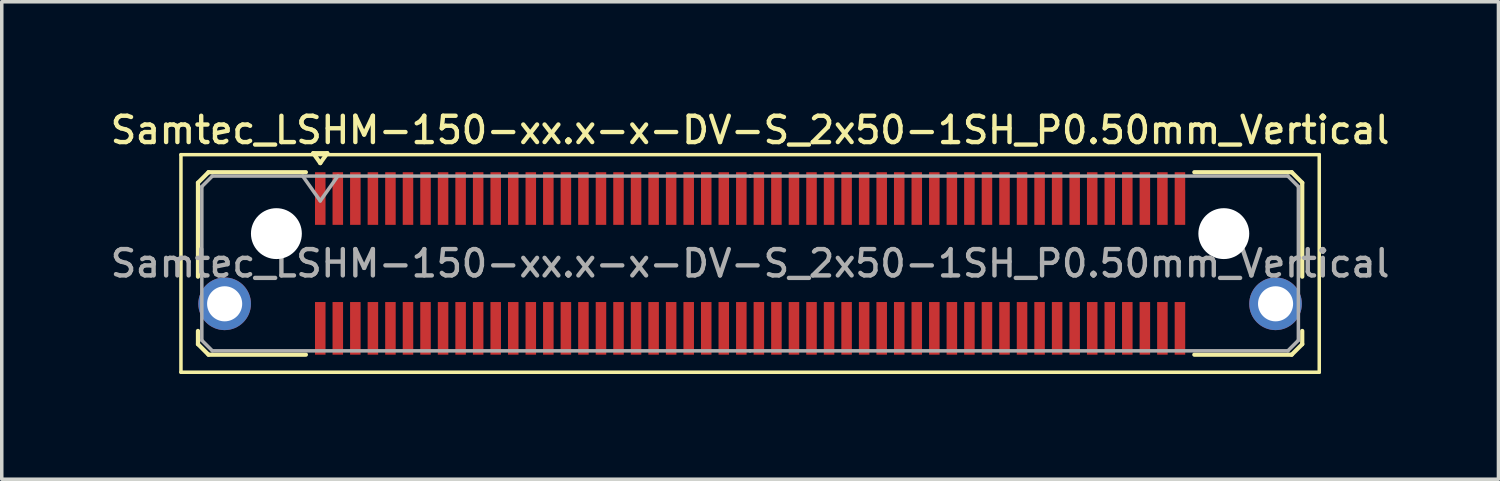
<source format=kicad_pcb>
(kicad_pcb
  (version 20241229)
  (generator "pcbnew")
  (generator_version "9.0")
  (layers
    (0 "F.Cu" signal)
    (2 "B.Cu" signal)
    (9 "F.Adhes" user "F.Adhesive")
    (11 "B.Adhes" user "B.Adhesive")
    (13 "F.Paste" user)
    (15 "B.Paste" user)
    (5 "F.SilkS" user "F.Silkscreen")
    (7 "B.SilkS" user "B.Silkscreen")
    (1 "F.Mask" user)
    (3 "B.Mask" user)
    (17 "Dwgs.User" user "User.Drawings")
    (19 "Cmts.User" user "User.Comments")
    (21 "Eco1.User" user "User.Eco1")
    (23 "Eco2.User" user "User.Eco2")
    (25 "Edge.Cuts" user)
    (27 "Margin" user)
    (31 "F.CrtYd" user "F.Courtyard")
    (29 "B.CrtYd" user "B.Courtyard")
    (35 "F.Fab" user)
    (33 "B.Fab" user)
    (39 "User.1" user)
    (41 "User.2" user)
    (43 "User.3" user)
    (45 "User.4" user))
  (footprint "Samtec_LSHM-150-xx.x-x-DV-S_2x50-1SH_P0.50mm_Vertical"
    (layer "F.Cu")
    (at 18.327 4.458)
    (property "Reference" "Samtec_LSHM-150-xx.x-x-DV-S_2x50-1SH_P0.50mm_Vertical" (at 0 -3.8 0) (layer "F.SilkS") (effects (font (size 0.75 0.75) (thickness 0.125))))
    (attr smd)
    (fp_line (start -16.22 -3.1) (end -16.22 3.1) (stroke (width 0.1) (type solid)) (layer "F.SilkS"))
    (fp_line (start -16.22 3.1) (end 16.22 3.1) (stroke (width 0.1) (type solid)) (layer "F.SilkS"))
    (fp_line (start -15.735 -2.3) (end -15.735 0.377) (stroke (width 0.12) (type solid)) (layer "F.SilkS"))
    (fp_line (start -15.735 1.923) (end -15.735 2.3) (stroke (width 0.12) (type solid)) (layer "F.SilkS"))
    (fp_line (start -15.735 2.3) (end -15.435 2.6) (stroke (width 0.12) (type solid)) (layer "F.SilkS"))
    (fp_line (start -15.435 -2.6) (end -15.735 -2.3) (stroke (width 0.12) (type solid)) (layer "F.SilkS"))
    (fp_line (start -15.435 2.6) (end -12.66 2.6) (stroke (width 0.12) (type solid)) (layer "F.SilkS"))
    (fp_line (start -12.66 -2.6) (end -15.435 -2.6) (stroke (width 0.12) (type solid)) (layer "F.SilkS"))
    (fp_line (start -12.45 -3.143) (end -12.05 -3.143) (stroke (width 0.12) (type solid)) (layer "F.SilkS"))
    (fp_line (start -12.25 -2.86) (end -12.45 -3.143) (stroke (width 0.12) (type solid)) (layer "F.SilkS"))
    (fp_line (start -12.05 -3.143) (end -12.25 -2.86) (stroke (width 0.12) (type solid)) (layer "F.SilkS"))
    (fp_line (start 12.66 -2.6) (end 15.435 -2.6) (stroke (width 0.12) (type solid)) (layer "F.SilkS"))
    (fp_line (start 15.435 -2.6) (end 15.735 -2.3) (stroke (width 0.12) (type solid)) (layer "F.SilkS"))
    (fp_line (start 15.435 2.6) (end 12.66 2.6) (stroke (width 0.12) (type solid)) (layer "F.SilkS"))
    (fp_line (start 15.735 -2.3) (end 15.735 0.377) (stroke (width 0.12) (type solid)) (layer "F.SilkS"))
    (fp_line (start 15.735 1.923) (end 15.735 2.3) (stroke (width 0.12) (type solid)) (layer "F.SilkS"))
    (fp_line (start 15.735 2.3) (end 15.435 2.6) (stroke (width 0.12) (type solid)) (layer "F.SilkS"))
    (fp_line (start 16.22 -3.1) (end -16.22 -3.1) (stroke (width 0.1) (type solid)) (layer "F.SilkS"))
    (fp_line (start 16.22 3.1) (end 16.22 -3.1) (stroke (width 0.1) (type solid)) (layer "F.SilkS"))
    (fp_line (start -15.625 -2.19) (end -15.625 2.19) (stroke (width 0.1) (type solid)) (layer "F.Fab"))
    (fp_line (start -15.625 2.19) (end -15.325 2.49) (stroke (width 0.1) (type solid)) (layer "F.Fab"))
    (fp_line (start -15.325 -2.49) (end -15.625 -2.19) (stroke (width 0.1) (type solid)) (layer "F.Fab"))
    (fp_line (start -15.325 2.49) (end 0 2.49) (stroke (width 0.1) (type solid)) (layer "F.Fab"))
    (fp_line (start -12.75 -2.49) (end -12.25 -1.783) (stroke (width 0.1) (type solid)) (layer "F.Fab"))
    (fp_line (start -12.25 -1.783) (end -11.75 -2.49) (stroke (width 0.1) (type solid)) (layer "F.Fab"))
    (fp_line (start 0 -2.49) (end -15.325 -2.49) (stroke (width 0.1) (type solid)) (layer "F.Fab"))
    (fp_line (start 0 -2.49) (end 15.325 -2.49) (stroke (width 0.1) (type solid)) (layer "F.Fab"))
    (fp_line (start 15.325 -2.49) (end 15.625 -2.19) (stroke (width 0.1) (type solid)) (layer "F.Fab"))
    (fp_line (start 15.325 2.49) (end 0 2.49) (stroke (width 0.1) (type solid)) (layer "F.Fab"))
    (fp_line (start 15.625 -2.19) (end 15.625 2.19) (stroke (width 0.1) (type solid)) (layer "F.Fab"))
    (fp_line (start 15.625 2.19) (end 15.325 2.49) (stroke (width 0.1) (type solid)) (layer "F.Fab"))
    (fp_text user "${REFERENCE}" (at 0 0 0) (layer "F.Fab") (effects (font (size 0.75 0.75) (thickness 0.125))))
    (pad "" np_thru_hole circle (at -13.5 -0.85) (size 1.45 1.45) (drill 1.45) (layers "*.Cu" "*.Mask"))
    (pad "" np_thru_hole circle (at 13.5 -0.85) (size 1.45 1.45) (drill 1.45) (layers "*.Cu" "*.Mask"))
    (pad "1" smd rect (at -12.25 -1.85) (size 0.3 1.5) (layers "F.Cu" "F.Mask" "F.Paste"))
    (pad "2" smd rect (at -12.25 1.85) (size 0.3 1.5) (layers "F.Cu" "F.Mask" "F.Paste"))
    (pad "3" smd rect (at -11.75 -1.85) (size 0.3 1.5) (layers "F.Cu" "F.Mask" "F.Paste"))
    (pad "4" smd rect (at -11.75 1.85) (size 0.3 1.5) (layers "F.Cu" "F.Mask" "F.Paste"))
    (pad "5" smd rect (at -11.25 -1.85) (size 0.3 1.5) (layers "F.Cu" "F.Mask" "F.Paste"))
    (pad "6" smd rect (at -11.25 1.85) (size 0.3 1.5) (layers "F.Cu" "F.Mask" "F.Paste"))
    (pad "7" smd rect (at -10.75 -1.85) (size 0.3 1.5) (layers "F.Cu" "F.Mask" "F.Paste"))
    (pad "8" smd rect (at -10.75 1.85) (size 0.3 1.5) (layers "F.Cu" "F.Mask" "F.Paste"))
    (pad "9" smd rect (at -10.25 -1.85) (size 0.3 1.5) (layers "F.Cu" "F.Mask" "F.Paste"))
    (pad "10" smd rect (at -10.25 1.85) (size 0.3 1.5) (layers "F.Cu" "F.Mask" "F.Paste"))
    (pad "11" smd rect (at -9.75 -1.85) (size 0.3 1.5) (layers "F.Cu" "F.Mask" "F.Paste"))
    (pad "12" smd rect (at -9.75 1.85) (size 0.3 1.5) (layers "F.Cu" "F.Mask" "F.Paste"))
    (pad "13" smd rect (at -9.25 -1.85) (size 0.3 1.5) (layers "F.Cu" "F.Mask" "F.Paste"))
    (pad "14" smd rect (at -9.25 1.85) (size 0.3 1.5) (layers "F.Cu" "F.Mask" "F.Paste"))
    (pad "15" smd rect (at -8.75 -1.85) (size 0.3 1.5) (layers "F.Cu" "F.Mask" "F.Paste"))
    (pad "16" smd rect (at -8.75 1.85) (size 0.3 1.5) (layers "F.Cu" "F.Mask" "F.Paste"))
    (pad "17" smd rect (at -8.25 -1.85) (size 0.3 1.5) (layers "F.Cu" "F.Mask" "F.Paste"))
    (pad "18" smd rect (at -8.25 1.85) (size 0.3 1.5) (layers "F.Cu" "F.Mask" "F.Paste"))
    (pad "19" smd rect (at -7.75 -1.85) (size 0.3 1.5) (layers "F.Cu" "F.Mask" "F.Paste"))
    (pad "20" smd rect (at -7.75 1.85) (size 0.3 1.5) (layers "F.Cu" "F.Mask" "F.Paste"))
    (pad "21" smd rect (at -7.25 -1.85) (size 0.3 1.5) (layers "F.Cu" "F.Mask" "F.Paste"))
    (pad "22" smd rect (at -7.25 1.85) (size 0.3 1.5) (layers "F.Cu" "F.Mask" "F.Paste"))
    (pad "23" smd rect (at -6.75 -1.85) (size 0.3 1.5) (layers "F.Cu" "F.Mask" "F.Paste"))
    (pad "24" smd rect (at -6.75 1.85) (size 0.3 1.5) (layers "F.Cu" "F.Mask" "F.Paste"))
    (pad "25" smd rect (at -6.25 -1.85) (size 0.3 1.5) (layers "F.Cu" "F.Mask" "F.Paste"))
    (pad "26" smd rect (at -6.25 1.85) (size 0.3 1.5) (layers "F.Cu" "F.Mask" "F.Paste"))
    (pad "27" smd rect (at -5.75 -1.85) (size 0.3 1.5) (layers "F.Cu" "F.Mask" "F.Paste"))
    (pad "28" smd rect (at -5.75 1.85) (size 0.3 1.5) (layers "F.Cu" "F.Mask" "F.Paste"))
    (pad "29" smd rect (at -5.25 -1.85) (size 0.3 1.5) (layers "F.Cu" "F.Mask" "F.Paste"))
    (pad "30" smd rect (at -5.25 1.85) (size 0.3 1.5) (layers "F.Cu" "F.Mask" "F.Paste"))
    (pad "31" smd rect (at -4.75 -1.85) (size 0.3 1.5) (layers "F.Cu" "F.Mask" "F.Paste"))
    (pad "32" smd rect (at -4.75 1.85) (size 0.3 1.5) (layers "F.Cu" "F.Mask" "F.Paste"))
    (pad "33" smd rect (at -4.25 -1.85) (size 0.3 1.5) (layers "F.Cu" "F.Mask" "F.Paste"))
    (pad "34" smd rect (at -4.25 1.85) (size 0.3 1.5) (layers "F.Cu" "F.Mask" "F.Paste"))
    (pad "35" smd rect (at -3.75 -1.85) (size 0.3 1.5) (layers "F.Cu" "F.Mask" "F.Paste"))
    (pad "36" smd rect (at -3.75 1.85) (size 0.3 1.5) (layers "F.Cu" "F.Mask" "F.Paste"))
    (pad "37" smd rect (at -3.25 -1.85) (size 0.3 1.5) (layers "F.Cu" "F.Mask" "F.Paste"))
    (pad "38" smd rect (at -3.25 1.85) (size 0.3 1.5) (layers "F.Cu" "F.Mask" "F.Paste"))
    (pad "39" smd rect (at -2.75 -1.85) (size 0.3 1.5) (layers "F.Cu" "F.Mask" "F.Paste"))
    (pad "40" smd rect (at -2.75 1.85) (size 0.3 1.5) (layers "F.Cu" "F.Mask" "F.Paste"))
    (pad "41" smd rect (at -2.25 -1.85) (size 0.3 1.5) (layers "F.Cu" "F.Mask" "F.Paste"))
    (pad "42" smd rect (at -2.25 1.85) (size 0.3 1.5) (layers "F.Cu" "F.Mask" "F.Paste"))
    (pad "43" smd rect (at -1.75 -1.85) (size 0.3 1.5) (layers "F.Cu" "F.Mask" "F.Paste"))
    (pad "44" smd rect (at -1.75 1.85) (size 0.3 1.5) (layers "F.Cu" "F.Mask" "F.Paste"))
    (pad "45" smd rect (at -1.25 -1.85) (size 0.3 1.5) (layers "F.Cu" "F.Mask" "F.Paste"))
    (pad "46" smd rect (at -1.25 1.85) (size 0.3 1.5) (layers "F.Cu" "F.Mask" "F.Paste"))
    (pad "47" smd rect (at -0.75 -1.85) (size 0.3 1.5) (layers "F.Cu" "F.Mask" "F.Paste"))
    (pad "48" smd rect (at -0.75 1.85) (size 0.3 1.5) (layers "F.Cu" "F.Mask" "F.Paste"))
    (pad "49" smd rect (at -0.25 -1.85) (size 0.3 1.5) (layers "F.Cu" "F.Mask" "F.Paste"))
    (pad "50" smd rect (at -0.25 1.85) (size 0.3 1.5) (layers "F.Cu" "F.Mask" "F.Paste"))
    (pad "51" smd rect (at 0.25 -1.85) (size 0.3 1.5) (layers "F.Cu" "F.Mask" "F.Paste"))
    (pad "52" smd rect (at 0.25 1.85) (size 0.3 1.5) (layers "F.Cu" "F.Mask" "F.Paste"))
    (pad "53" smd rect (at 0.75 -1.85) (size 0.3 1.5) (layers "F.Cu" "F.Mask" "F.Paste"))
    (pad "54" smd rect (at 0.75 1.85) (size 0.3 1.5) (layers "F.Cu" "F.Mask" "F.Paste"))
    (pad "55" smd rect (at 1.25 -1.85) (size 0.3 1.5) (layers "F.Cu" "F.Mask" "F.Paste"))
    (pad "56" smd rect (at 1.25 1.85) (size 0.3 1.5) (layers "F.Cu" "F.Mask" "F.Paste"))
    (pad "57" smd rect (at 1.75 -1.85) (size 0.3 1.5) (layers "F.Cu" "F.Mask" "F.Paste"))
    (pad "58" smd rect (at 1.75 1.85) (size 0.3 1.5) (layers "F.Cu" "F.Mask" "F.Paste"))
    (pad "59" smd rect (at 2.25 -1.85) (size 0.3 1.5) (layers "F.Cu" "F.Mask" "F.Paste"))
    (pad "60" smd rect (at 2.25 1.85) (size 0.3 1.5) (layers "F.Cu" "F.Mask" "F.Paste"))
    (pad "61" smd rect (at 2.75 -1.85) (size 0.3 1.5) (layers "F.Cu" "F.Mask" "F.Paste"))
    (pad "62" smd rect (at 2.75 1.85) (size 0.3 1.5) (layers "F.Cu" "F.Mask" "F.Paste"))
    (pad "63" smd rect (at 3.25 -1.85) (size 0.3 1.5) (layers "F.Cu" "F.Mask" "F.Paste"))
    (pad "64" smd rect (at 3.25 1.85) (size 0.3 1.5) (layers "F.Cu" "F.Mask" "F.Paste"))
    (pad "65" smd rect (at 3.75 -1.85) (size 0.3 1.5) (layers "F.Cu" "F.Mask" "F.Paste"))
    (pad "66" smd rect (at 3.75 1.85) (size 0.3 1.5) (layers "F.Cu" "F.Mask" "F.Paste"))
    (pad "67" smd rect (at 4.25 -1.85) (size 0.3 1.5) (layers "F.Cu" "F.Mask" "F.Paste"))
    (pad "68" smd rect (at 4.25 1.85) (size 0.3 1.5) (layers "F.Cu" "F.Mask" "F.Paste"))
    (pad "69" smd rect (at 4.75 -1.85) (size 0.3 1.5) (layers "F.Cu" "F.Mask" "F.Paste"))
    (pad "70" smd rect (at 4.75 1.85) (size 0.3 1.5) (layers "F.Cu" "F.Mask" "F.Paste"))
    (pad "71" smd rect (at 5.25 -1.85) (size 0.3 1.5) (layers "F.Cu" "F.Mask" "F.Paste"))
    (pad "72" smd rect (at 5.25 1.85) (size 0.3 1.5) (layers "F.Cu" "F.Mask" "F.Paste"))
    (pad "73" smd rect (at 5.75 -1.85) (size 0.3 1.5) (layers "F.Cu" "F.Mask" "F.Paste"))
    (pad "74" smd rect (at 5.75 1.85) (size 0.3 1.5) (layers "F.Cu" "F.Mask" "F.Paste"))
    (pad "75" smd rect (at 6.25 -1.85) (size 0.3 1.5) (layers "F.Cu" "F.Mask" "F.Paste"))
    (pad "76" smd rect (at 6.25 1.85) (size 0.3 1.5) (layers "F.Cu" "F.Mask" "F.Paste"))
    (pad "77" smd rect (at 6.75 -1.85) (size 0.3 1.5) (layers "F.Cu" "F.Mask" "F.Paste"))
    (pad "78" smd rect (at 6.75 1.85) (size 0.3 1.5) (layers "F.Cu" "F.Mask" "F.Paste"))
    (pad "79" smd rect (at 7.25 -1.85) (size 0.3 1.5) (layers "F.Cu" "F.Mask" "F.Paste"))
    (pad "80" smd rect (at 7.25 1.85) (size 0.3 1.5) (layers "F.Cu" "F.Mask" "F.Paste"))
    (pad "81" smd rect (at 7.75 -1.85) (size 0.3 1.5) (layers "F.Cu" "F.Mask" "F.Paste"))
    (pad "82" smd rect (at 7.75 1.85) (size 0.3 1.5) (layers "F.Cu" "F.Mask" "F.Paste"))
    (pad "83" smd rect (at 8.25 -1.85) (size 0.3 1.5) (layers "F.Cu" "F.Mask" "F.Paste"))
    (pad "84" smd rect (at 8.25 1.85) (size 0.3 1.5) (layers "F.Cu" "F.Mask" "F.Paste"))
    (pad "85" smd rect (at 8.75 -1.85) (size 0.3 1.5) (layers "F.Cu" "F.Mask" "F.Paste"))
    (pad "86" smd rect (at 8.75 1.85) (size 0.3 1.5) (layers "F.Cu" "F.Mask" "F.Paste"))
    (pad "87" smd rect (at 9.25 -1.85) (size 0.3 1.5) (layers "F.Cu" "F.Mask" "F.Paste"))
    (pad "88" smd rect (at 9.25 1.85) (size 0.3 1.5) (layers "F.Cu" "F.Mask" "F.Paste"))
    (pad "89" smd rect (at 9.75 -1.85) (size 0.3 1.5) (layers "F.Cu" "F.Mask" "F.Paste"))
    (pad "90" smd rect (at 9.75 1.85) (size 0.3 1.5) (layers "F.Cu" "F.Mask" "F.Paste"))
    (pad "91" smd rect (at 10.25 -1.85) (size 0.3 1.5) (layers "F.Cu" "F.Mask" "F.Paste"))
    (pad "92" smd rect (at 10.25 1.85) (size 0.3 1.5) (layers "F.Cu" "F.Mask" "F.Paste"))
    (pad "93" smd rect (at 10.75 -1.85) (size 0.3 1.5) (layers "F.Cu" "F.Mask" "F.Paste"))
    (pad "94" smd rect (at 10.75 1.85) (size 0.3 1.5) (layers "F.Cu" "F.Mask" "F.Paste"))
    (pad "95" smd rect (at 11.25 -1.85) (size 0.3 1.5) (layers "F.Cu" "F.Mask" "F.Paste"))
    (pad "96" smd rect (at 11.25 1.85) (size 0.3 1.5) (layers "F.Cu" "F.Mask" "F.Paste"))
    (pad "97" smd rect (at 11.75 -1.85) (size 0.3 1.5) (layers "F.Cu" "F.Mask" "F.Paste"))
    (pad "98" smd rect (at 11.75 1.85) (size 0.3 1.5) (layers "F.Cu" "F.Mask" "F.Paste"))
    (pad "99" smd rect (at 12.25 -1.85) (size 0.3 1.5) (layers "F.Cu" "F.Mask" "F.Paste"))
    (pad "100" smd rect (at 12.25 1.85) (size 0.3 1.5) (layers "F.Cu" "F.Mask" "F.Paste"))
    (pad "SH" thru_hole circle (at -14.975 1.15) (size 1.5 1.5) (drill 1) (layers "*.Cu" "*.Mask"))
    (pad "SH" thru_hole circle (at 14.975 1.15) (size 1.5 1.5) (drill 1) (layers "*.Cu" "*.Mask")))
  (gr_rect
    (start -3 -3)
    (end 39.654 10.608)
    (stroke (width 0.1) (type default))
    (fill no)
    (layer "Edge.Cuts")))
</source>
